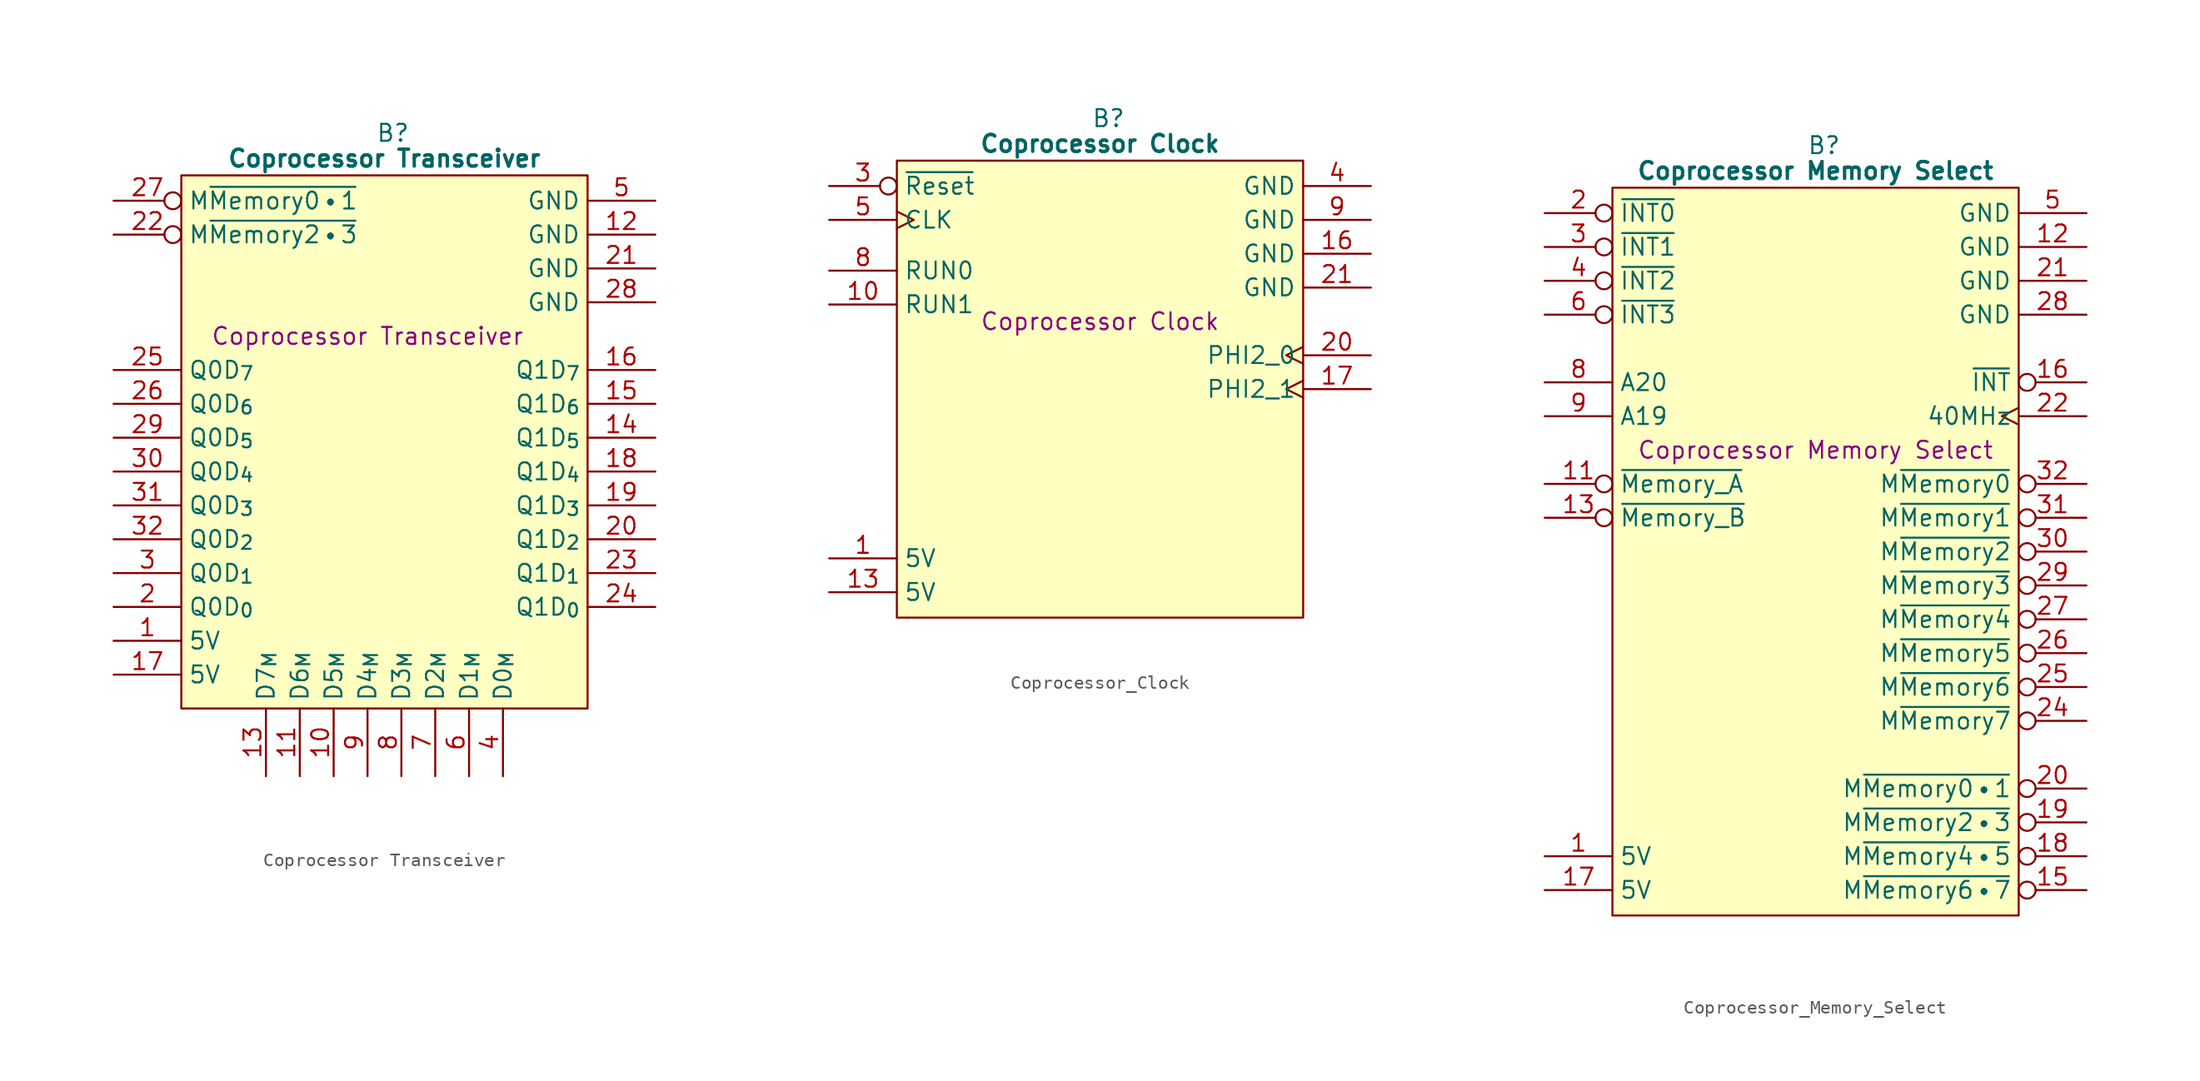
<source format=kicad_sym>
(kicad_symbol_lib
  (version 20241209)
  (generator "kicad_symbol_editor")
  (generator_version "9.0")
  (symbol "Coprocessor Transceiver"
    (property "Reference" "B"
      (at 15.875 5.08 0)
      (effects (font (size 1.27 1.27))))
    (property "Value" "Coprocessor Transceiver"
      (at 15.24 3.175 0)
      (effects (font (size 1.27 1.27) (bold yes))))
    (property "Description" "Coprocessor Transceiver"
      (at 13.97 -10.16 0)
      (effects (font (size 1.27 1.27))))
    (symbol "Coprocessor Transceiver_0_1"
      (polyline (pts (xy 0 1.905) (xy 30.48 1.905) (xy 30.48 -38.1) (xy 0 -38.1) (xy 0 1.905)) (stroke (width 0.152) (type default)) (fill (type background))))
    (symbol "Coprocessor Transceiver_1_0"
      (pin tri_state line (at -5.08 -25.4 0) (length 5.08) (name "Q0D_{2}" (effects (font (size 1.27 1.27)))) (number "32" (effects (font (size 1.27 1.27))))))
    (symbol "Coprocessor Transceiver_1_1"
      (pin input inverted (at -5.08 0 0) (length 5.08) (name "M~{Memory0•1}" (effects (font (size 1.27 1.27)))) (number "27" (effects (font (size 1.27 1.27)))))
      (pin input inverted (at -5.08 -2.54 0) (length 5.08) (name "M~{Memory2•3}" (effects (font (size 1.27 1.27)))) (number "22" (effects (font (size 1.27 1.27)))))
      (pin tri_state line (at -5.08 -12.7 0) (length 5.08) (name "Q0D_{7}" (effects (font (size 1.27 1.27)))) (number "25" (effects (font (size 1.27 1.27)))))
      (pin tri_state line (at -5.08 -15.24 0) (length 5.08) (name "Q0D_{6}" (effects (font (size 1.27 1.27)))) (number "26" (effects (font (size 1.27 1.27)))))
      (pin tri_state line (at -5.08 -17.78 0) (length 5.08) (name "Q0D_{5}" (effects (font (size 1.27 1.27)))) (number "29" (effects (font (size 1.27 1.27)))))
      (pin tri_state line (at -5.08 -20.32 0) (length 5.08) (name "Q0D_{4}" (effects (font (size 1.27 1.27)))) (number "30" (effects (font (size 1.27 1.27)))))
      (pin tri_state line (at -5.08 -22.86 0) (length 5.08) (name "Q0D_{3}" (effects (font (size 1.27 1.27)))) (number "31" (effects (font (size 1.27 1.27)))))
      (pin tri_state line (at -5.08 -27.94 0) (length 5.08) (name "Q0D_{1}" (effects (font (size 1.27 1.27)))) (number "3" (effects (font (size 1.27 1.27)))))
      (pin tri_state line (at -5.08 -30.48 0) (length 5.08) (name "Q0D_{0}" (effects (font (size 1.27 1.27)))) (number "2" (effects (font (size 1.27 1.27)))))
      (pin passive line (at -5.08 -33.02 0) (length 5.08) (name "5V" (effects (font (size 1.27 1.27)))) (number "1" (effects (font (size 1.27 1.27)))))
      (pin passive line (at -5.08 -35.56 0) (length 5.08) (name "5V" (effects (font (size 1.27 1.27)))) (number "17" (effects (font (size 1.27 1.27)))))
      (pin tri_state line (at 6.35 -43.18 90) (length 5.08) (name "D7_{M}" (effects (font (size 1.27 1.27)))) (number "13" (effects (font (size 1.27 1.27)))))
      (pin tri_state line (at 8.89 -43.18 90) (length 5.08) (name "D6_{M}" (effects (font (size 1.27 1.27)))) (number "11" (effects (font (size 1.27 1.27)))))
      (pin tri_state line (at 11.43 -43.18 90) (length 5.08) (name "D5_{M}" (effects (font (size 1.27 1.27)))) (number "10" (effects (font (size 1.27 1.27)))))
      (pin tri_state line (at 13.97 -43.18 90) (length 5.08) (name "D4_{M}" (effects (font (size 1.27 1.27)))) (number "9" (effects (font (size 1.27 1.27)))))
      (pin tri_state line (at 16.51 -43.18 90) (length 5.08) (name "D3_{M}" (effects (font (size 1.27 1.27)))) (number "8" (effects (font (size 1.27 1.27)))))
      (pin tri_state line (at 19.05 -43.18 90) (length 5.08) (name "D2_{M}" (effects (font (size 1.27 1.27)))) (number "7" (effects (font (size 1.27 1.27)))))
      (pin tri_state line (at 21.59 -43.18 90) (length 5.08) (name "D1_{M}" (effects (font (size 1.27 1.27)))) (number "6" (effects (font (size 1.27 1.27)))))
      (pin tri_state line (at 24.13 -43.18 90) (length 5.08) (name "D0_{M}" (effects (font (size 1.27 1.27)))) (number "4" (effects (font (size 1.27 1.27)))))
      (pin passive line (at 35.56 0 180) (length 5.08) (name "GND" (effects (font (size 1.27 1.27)))) (number "5" (effects (font (size 1.27 1.27)))))
      (pin passive line (at 35.56 -2.54 180) (length 5.08) (name "GND" (effects (font (size 1.27 1.27)))) (number "12" (effects (font (size 1.27 1.27)))))
      (pin passive line (at 35.56 -5.08 180) (length 5.08) (name "GND" (effects (font (size 1.27 1.27)))) (number "21" (effects (font (size 1.27 1.27)))))
      (pin passive line (at 35.56 -7.62 180) (length 5.08) (name "GND" (effects (font (size 1.27 1.27)))) (number "28" (effects (font (size 1.27 1.27)))))
      (pin tri_state line (at 35.56 -12.7 180) (length 5.08) (name "Q1D_{7}" (effects (font (size 1.27 1.27)))) (number "16" (effects (font (size 1.27 1.27)))))
      (pin tri_state line (at 35.56 -15.24 180) (length 5.08) (name "Q1D_{6}" (effects (font (size 1.27 1.27)))) (number "15" (effects (font (size 1.27 1.27)))))
      (pin tri_state line (at 35.56 -17.78 180) (length 5.08) (name "Q1D_{5}" (effects (font (size 1.27 1.27)))) (number "14" (effects (font (size 1.27 1.27)))))
      (pin tri_state line (at 35.56 -20.32 180) (length 5.08) (name "Q1D_{4}" (effects (font (size 1.27 1.27)))) (number "18" (effects (font (size 1.27 1.27)))))
      (pin tri_state line (at 35.56 -22.86 180) (length 5.08) (name "Q1D_{3}" (effects (font (size 1.27 1.27)))) (number "19" (effects (font (size 1.27 1.27)))))
      (pin tri_state line (at 35.56 -25.4 180) (length 5.08) (name "Q1D_{2}" (effects (font (size 1.27 1.27)))) (number "20" (effects (font (size 1.27 1.27)))))
      (pin tri_state line (at 35.56 -27.94 180) (length 5.08) (name "Q1D_{1}" (effects (font (size 1.27 1.27)))) (number "23" (effects (font (size 1.27 1.27)))))
      (pin tri_state line (at 35.56 -30.48 180) (length 5.08) (name "Q1D_{0}" (effects (font (size 1.27 1.27)))) (number "24" (effects (font (size 1.27 1.27)))))))
  (symbol "Coprocessor_Clock"
    (property "Reference" "B"
      (at 15.875 5.08 0)
      (effects (font (size 1.27 1.27))))
    (property "Value" "Coprocessor Clock"
      (at 15.24 3.175 0)
      (effects (font (size 1.27 1.27) (bold yes))))
    (property "Description" "Coprocessor Clock"
      (at 15.24 -10.16 0)
      (effects (font (size 1.27 1.27))))
    (symbol "Coprocessor_Clock_0_1"
      (polyline (pts (xy 0 1.905) (xy 30.48 1.905) (xy 30.48 -32.385) (xy 0 -32.385) (xy 0 1.905)) (stroke (width 0.152) (type default)) (fill (type background))))
    (symbol "Coprocessor_Clock_1_1"
      (pin input inverted (at -5.08 0 0) (length 5.08) (name "~{Reset}" (effects (font (size 1.27 1.27)))) (number "3" (effects (font (size 1.27 1.27)))))
      (pin input clock (at -5.08 -2.54 0) (length 5.08) (name "CLK" (effects (font (size 1.27 1.27)))) (number "5" (effects (font (size 1.27 1.27)))))
      (pin input line (at -5.08 -6.35 0) (length 5.08) (name "RUN0" (effects (font (size 1.27 1.27)))) (number "8" (effects (font (size 1.27 1.27)))))
      (pin input line (at -5.08 -8.89 0) (length 5.08) (name "RUN1" (effects (font (size 1.27 1.27)))) (number "10" (effects (font (size 1.27 1.27)))))
      (pin no_connect line (at -5.08 -12.7 0) (length 5.08) (hide yes) (name "N.C." (effects (font (size 1.27 1.27)))) (number "2" (effects (font (size 1.27 1.27)))))
      (pin no_connect line (at -5.08 -15.24 0) (length 5.08) (hide yes) (name "N.C." (effects (font (size 1.27 1.27)))) (number "6" (effects (font (size 1.27 1.27)))))
      (pin no_connect line (at -5.08 -17.78 0) (length 5.08) (hide yes) (name "N.C." (effects (font (size 1.27 1.27)))) (number "7" (effects (font (size 1.27 1.27)))))
      (pin no_connect line (at -5.08 -20.32 0) (length 5.08) (hide yes) (name "N.C." (effects (font (size 1.27 1.27)))) (number "18" (effects (font (size 1.27 1.27)))))
      (pin no_connect line (at -5.08 -22.86 0) (length 5.08) (hide yes) (name "N.C." (effects (font (size 1.27 1.27)))) (number "19" (effects (font (size 1.27 1.27)))))
      (pin no_connect line (at -5.08 -25.4 0) (length 5.08) (hide yes) (name "N.C." (effects (font (size 1.27 1.27)))) (number "22" (effects (font (size 1.27 1.27)))))
      (pin passive line (at -5.08 -27.94 0) (length 5.08) (name "5V" (effects (font (size 1.27 1.27)))) (number "1" (effects (font (size 1.27 1.27)))))
      (pin passive line (at -5.08 -30.48 0) (length 5.08) (name "5V" (effects (font (size 1.27 1.27)))) (number "13" (effects (font (size 1.27 1.27)))))
      (pin passive line (at 35.56 0 180) (length 5.08) (name "GND" (effects (font (size 1.27 1.27)))) (number "4" (effects (font (size 1.27 1.27)))))
      (pin passive line (at 35.56 -2.54 180) (length 5.08) (name "GND" (effects (font (size 1.27 1.27)))) (number "9" (effects (font (size 1.27 1.27)))))
      (pin passive line (at 35.56 -5.08 180) (length 5.08) (name "GND" (effects (font (size 1.27 1.27)))) (number "16" (effects (font (size 1.27 1.27)))))
      (pin passive line (at 35.56 -7.62 180) (length 5.08) (name "GND" (effects (font (size 1.27 1.27)))) (number "21" (effects (font (size 1.27 1.27)))))
      (pin output clock (at 35.56 -12.7 180) (length 5.08) (name "PHI2_0" (effects (font (size 1.27 1.27)))) (number "20" (effects (font (size 1.27 1.27)))))
      (pin output clock (at 35.56 -15.24 180) (length 5.08) (name "PHI2_1" (effects (font (size 1.27 1.27)))) (number "17" (effects (font (size 1.27 1.27)))))
      (pin no_connect line (at 35.56 -17.78 180) (length 5.08) (hide yes) (name "N.C." (effects (font (size 1.27 1.27)))) (number "11" (effects (font (size 1.27 1.27)))))
      (pin no_connect line (at 35.56 -20.32 180) (length 5.08) (hide yes) (name "N.C." (effects (font (size 1.27 1.27)))) (number "12" (effects (font (size 1.27 1.27)))))
      (pin no_connect line (at 35.56 -22.86 180) (length 5.08) (hide yes) (name "N.C." (effects (font (size 1.27 1.27)))) (number "14" (effects (font (size 1.27 1.27)))))
      (pin no_connect line (at 35.56 -25.4 180) (length 5.08) (hide yes) (name "N.C." (effects (font (size 1.27 1.27)))) (number "15" (effects (font (size 1.27 1.27)))))
      (pin no_connect line (at 35.56 -27.94 180) (length 5.08) (hide yes) (name "N.C." (effects (font (size 1.27 1.27)))) (number "23" (effects (font (size 1.27 1.27)))))
      (pin no_connect line (at 35.56 -30.48 180) (length 5.08) (hide yes) (name "N.C." (effects (font (size 1.27 1.27)))) (number "24" (effects (font (size 1.27 1.27)))))))
  (symbol "Coprocessor_Memory_Select"
    (property "Reference" "B"
      (at 15.875 5.08 0)
      (effects (font (size 1.27 1.27))))
    (property "Value" "Coprocessor Memory Select"
      (at 15.24 3.175 0)
      (effects (font (size 1.27 1.27) (bold yes))))
    (property "Description" "Coprocessor Memory Select"
      (at 15.24 -17.78 0)
      (effects (font (size 1.27 1.27))))
    (symbol "Coprocessor_Memory_Select_0_1"
      (polyline (pts (xy 0 1.905) (xy 30.48 1.905) (xy 30.48 -52.705) (xy 0 -52.705) (xy 0 1.905)) (stroke (width 0.152) (type default)) (fill (type background))))
    (symbol "Coprocessor_Memory_Select_1_0"
      (pin output inverted (at 35.56 -20.32 180) (length 5.08) (name "M~{Memory0}" (effects (font (size 1.27 1.27)))) (number "32" (effects (font (size 1.27 1.27))))))
    (symbol "Coprocessor_Memory_Select_1_1"
      (pin input inverted (at -5.08 0 0) (length 5.08) (name "~{INT0}" (effects (font (size 1.27 1.27)))) (number "2" (effects (font (size 1.27 1.27)))))
      (pin input inverted (at -5.08 -2.54 0) (length 5.08) (name "~{INT1}" (effects (font (size 1.27 1.27)))) (number "3" (effects (font (size 1.27 1.27)))))
      (pin input inverted (at -5.08 -5.08 0) (length 5.08) (name "~{INT2}" (effects (font (size 1.27 1.27)))) (number "4" (effects (font (size 1.27 1.27)))))
      (pin input inverted (at -5.08 -7.62 0) (length 5.08) (name "~{INT3}" (effects (font (size 1.27 1.27)))) (number "6" (effects (font (size 1.27 1.27)))))
      (pin input line (at -5.08 -12.7 0) (length 5.08) (name "A20" (effects (font (size 1.27 1.27)))) (number "8" (effects (font (size 1.27 1.27)))))
      (pin input line (at -5.08 -15.24 0) (length 5.08) (name "A19" (effects (font (size 1.27 1.27)))) (number "9" (effects (font (size 1.27 1.27)))))
      (pin input inverted (at -5.08 -20.32 0) (length 5.08) (name "~{Memory_A}" (effects (font (size 1.27 1.27)))) (number "11" (effects (font (size 1.27 1.27)))))
      (pin input inverted (at -5.08 -22.86 0) (length 5.08) (name "~{Memory_B}" (effects (font (size 1.27 1.27)))) (number "13" (effects (font (size 1.27 1.27)))))
      (pin no_connect line (at -5.08 -38.1 0) (length 5.08) (hide yes) (name "N.C." (effects (font (size 1.27 1.27)))) (number "7" (effects (font (size 1.27 1.27)))))
      (pin no_connect line (at -5.08 -40.64 0) (length 5.08) (hide yes) (name "N.C." (effects (font (size 1.27 1.27)))) (number "10" (effects (font (size 1.27 1.27)))))
      (pin no_connect line (at -5.08 -43.18 0) (length 5.08) (hide yes) (name "N.C." (effects (font (size 1.27 1.27)))) (number "14" (effects (font (size 1.27 1.27)))))
      (pin no_connect line (at -5.08 -45.72 0) (length 5.08) (hide yes) (name "N.C." (effects (font (size 1.27 1.27)))) (number "23" (effects (font (size 1.27 1.27)))))
      (pin passive line (at -5.08 -48.26 0) (length 5.08) (name "5V" (effects (font (size 1.27 1.27)))) (number "1" (effects (font (size 1.27 1.27)))))
      (pin passive line (at -5.08 -50.8 0) (length 5.08) (name "5V" (effects (font (size 1.27 1.27)))) (number "17" (effects (font (size 1.27 1.27)))))
      (pin passive line (at 35.56 0 180) (length 5.08) (name "GND" (effects (font (size 1.27 1.27)))) (number "5" (effects (font (size 1.27 1.27)))))
      (pin passive line (at 35.56 -2.54 180) (length 5.08) (name "GND" (effects (font (size 1.27 1.27)))) (number "12" (effects (font (size 1.27 1.27)))))
      (pin passive line (at 35.56 -5.08 180) (length 5.08) (name "GND" (effects (font (size 1.27 1.27)))) (number "21" (effects (font (size 1.27 1.27)))))
      (pin passive line (at 35.56 -7.62 180) (length 5.08) (name "GND" (effects (font (size 1.27 1.27)))) (number "28" (effects (font (size 1.27 1.27)))))
      (pin output inverted (at 35.56 -12.7 180) (length 5.08) (name "~{INT}" (effects (font (size 1.27 1.27)))) (number "16" (effects (font (size 1.27 1.27)))))
      (pin output clock (at 35.56 -15.24 180) (length 5.08) (name "40MHz" (effects (font (size 1.27 1.27)))) (number "22" (effects (font (size 1.27 1.27)))))
      (pin output inverted (at 35.56 -22.86 180) (length 5.08) (name "M~{Memory1}" (effects (font (size 1.27 1.27)))) (number "31" (effects (font (size 1.27 1.27)))))
      (pin output inverted (at 35.56 -25.4 180) (length 5.08) (name "M~{Memory2}" (effects (font (size 1.27 1.27)))) (number "30" (effects (font (size 1.27 1.27)))))
      (pin output inverted (at 35.56 -27.94 180) (length 5.08) (name "M~{Memory3}" (effects (font (size 1.27 1.27)))) (number "29" (effects (font (size 1.27 1.27)))))
      (pin output inverted (at 35.56 -30.48 180) (length 5.08) (name "M~{Memory4}" (effects (font (size 1.27 1.27)))) (number "27" (effects (font (size 1.27 1.27)))))
      (pin output inverted (at 35.56 -33.02 180) (length 5.08) (name "M~{Memory5}" (effects (font (size 1.27 1.27)))) (number "26" (effects (font (size 1.27 1.27)))))
      (pin output inverted (at 35.56 -35.56 180) (length 5.08) (name "M~{Memory6}" (effects (font (size 1.27 1.27)))) (number "25" (effects (font (size 1.27 1.27)))))
      (pin output inverted (at 35.56 -38.1 180) (length 5.08) (name "M~{Memory7}" (effects (font (size 1.27 1.27)))) (number "24" (effects (font (size 1.27 1.27)))))
      (pin output inverted (at 35.56 -43.18 180) (length 5.08) (name "M~{Memory0•1}" (effects (font (size 1.27 1.27)))) (number "20" (effects (font (size 1.27 1.27)))))
      (pin output inverted (at 35.56 -45.72 180) (length 5.08) (name "M~{Memory2•3}" (effects (font (size 1.27 1.27)))) (number "19" (effects (font (size 1.27 1.27)))))
      (pin output inverted (at 35.56 -48.26 180) (length 5.08) (name "M~{Memory4•5}" (effects (font (size 1.27 1.27)))) (number "18" (effects (font (size 1.27 1.27)))))
      (pin output inverted (at 35.56 -50.8 180) (length 5.08) (name "M~{Memory6•7}" (effects (font (size 1.27 1.27)))) (number "15" (effects (font (size 1.27 1.27))))))))
</source>
